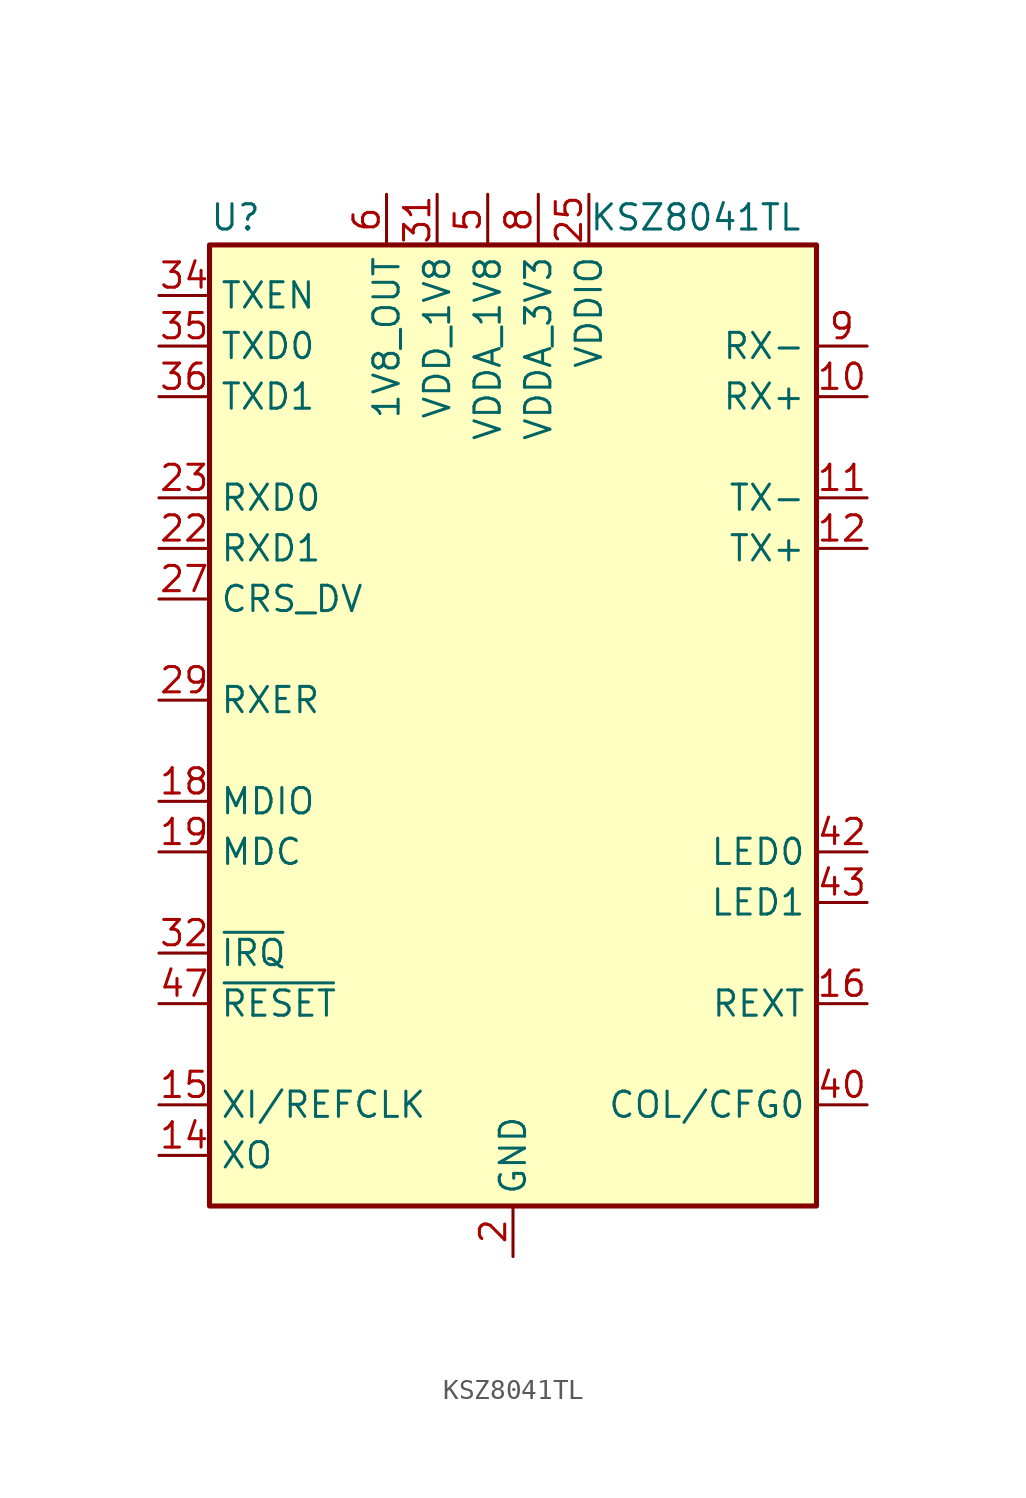
<source format=kicad_sym>
(kicad_symbol_lib
  (version 20220914)
  (generator kicad_symbol_editor)
  (symbol "KSZ8041TL"
    (property "Reference" "U"
      (at -15.24 26.035 0)
      (effects (font (size 1.27 1.27)) (justify left bottom)))
    (property "Value" "KSZ8041TL"
      (at 3.81 26.035 0)
      (effects (font (size 1.27 1.27)) (justify left bottom)))
    (symbol "KSZ8041TL_0_1"
      (rectangle (start -15.24 25.4) (end 15.24 -22.86) (stroke (width 0.254) (type default)) (fill (type background))))
    (symbol "KSZ8041TL_1_1"
      (pin passive line (at 0 -25.4 90) (length 2.54) hide (name "GND" (effects (font (size 1.27 1.27)))) (number "1" (effects (font (size 1.27 1.27)))))
      (pin bidirectional line (at 17.78 17.78 180) (length 2.54) (name "RX+" (effects (font (size 1.27 1.27)))) (number "10" (effects (font (size 1.27 1.27)))))
      (pin bidirectional line (at 17.78 12.7 180) (length 2.54) (name "TX-" (effects (font (size 1.27 1.27)))) (number "11" (effects (font (size 1.27 1.27)))))
      (pin bidirectional line (at 17.78 10.16 180) (length 2.54) (name "TX+" (effects (font (size 1.27 1.27)))) (number "12" (effects (font (size 1.27 1.27)))))
      (pin passive line (at 0 -25.4 90) (length 2.54) hide (name "GND" (effects (font (size 1.27 1.27)))) (number "13" (effects (font (size 1.27 1.27)))))
      (pin output line (at -17.78 -20.32 0) (length 2.54) (name "XO" (effects (font (size 1.27 1.27)))) (number "14" (effects (font (size 1.27 1.27)))))
      (pin input line (at -17.78 -17.78 0) (length 2.54) (name "XI/REFCLK" (effects (font (size 1.27 1.27)))) (number "15" (effects (font (size 1.27 1.27)))))
      (pin passive line (at 17.78 -12.7 180) (length 2.54) (name "REXT" (effects (font (size 1.27 1.27)))) (number "16" (effects (font (size 1.27 1.27)))))
      (pin passive line (at 0 -25.4 90) (length 2.54) hide (name "GND" (effects (font (size 1.27 1.27)))) (number "17" (effects (font (size 1.27 1.27)))))
      (pin bidirectional line (at -17.78 -2.54 0) (length 2.54) (name "MDIO" (effects (font (size 1.27 1.27)))) (number "18" (effects (font (size 1.27 1.27)))))
      (pin input line (at -17.78 -5.08 0) (length 2.54) (name "MDC" (effects (font (size 1.27 1.27)))) (number "19" (effects (font (size 1.27 1.27)))))
      (pin power_in line (at 0 -25.4 90) (length 2.54) (name "GND" (effects (font (size 1.27 1.27)))) (number "2" (effects (font (size 1.27 1.27)))))
      (pin no_connect line (at -17.78 0 0) (length 2.54) hide (name "RXD3" (effects (font (size 1.27 1.27)))) (number "20" (effects (font (size 1.27 1.27)))))
      (pin no_connect line (at -17.78 0 0) (length 2.54) hide (name "RXD2" (effects (font (size 1.27 1.27)))) (number "21" (effects (font (size 1.27 1.27)))))
      (pin output line (at -17.78 10.16 0) (length 2.54) (name "RXD1" (effects (font (size 1.27 1.27)))) (number "22" (effects (font (size 1.27 1.27)))))
      (pin output line (at -17.78 12.7 0) (length 2.54) (name "RXD0" (effects (font (size 1.27 1.27)))) (number "23" (effects (font (size 1.27 1.27)))))
      (pin passive line (at 0 -25.4 90) (length 2.54) hide (name "GND" (effects (font (size 1.27 1.27)))) (number "24" (effects (font (size 1.27 1.27)))))
      (pin power_in line (at 3.81 27.94 270) (length 2.54) (name "VDDIO" (effects (font (size 1.27 1.27)))) (number "25" (effects (font (size 1.27 1.27)))))
      (pin power_in line (at 3.81 27.94 270) (length 2.54) hide (name "VDDIO" (effects (font (size 1.27 1.27)))) (number "26" (effects (font (size 1.27 1.27)))))
      (pin output line (at -17.78 7.62 0) (length 2.54) (name "CRS_DV" (effects (font (size 1.27 1.27)))) (number "27" (effects (font (size 1.27 1.27)))))
      (pin output line (at -17.78 5.08 0) (length 2.54) hide (name "RXCLK" (effects (font (size 1.27 1.27)))) (number "28" (effects (font (size 1.27 1.27)))))
      (pin output line (at -17.78 2.54 0) (length 2.54) (name "RXER" (effects (font (size 1.27 1.27)))) (number "29" (effects (font (size 1.27 1.27)))))
      (pin passive line (at 0 -25.4 90) (length 2.54) hide (name "GND" (effects (font (size 1.27 1.27)))) (number "3" (effects (font (size 1.27 1.27)))))
      (pin passive line (at 0 -25.4 90) (length 2.54) hide (name "GND" (effects (font (size 1.27 1.27)))) (number "30" (effects (font (size 1.27 1.27)))))
      (pin power_in line (at -3.81 27.94 270) (length 2.54) (name "VDD_1V8" (effects (font (size 1.27 1.27)))) (number "31" (effects (font (size 1.27 1.27)))))
      (pin bidirectional line (at -17.78 -10.16 0) (length 2.54) (name "~{IRQ}" (effects (font (size 1.27 1.27)))) (number "32" (effects (font (size 1.27 1.27)))))
      (pin no_connect line (at -17.78 15.24 0) (length 2.54) hide (name "TXC" (effects (font (size 1.27 1.27)))) (number "33" (effects (font (size 1.27 1.27)))))
      (pin input line (at -17.78 22.86 0) (length 2.54) (name "TXEN" (effects (font (size 1.27 1.27)))) (number "34" (effects (font (size 1.27 1.27)))))
      (pin input line (at -17.78 20.32 0) (length 2.54) (name "TXD0" (effects (font (size 1.27 1.27)))) (number "35" (effects (font (size 1.27 1.27)))))
      (pin bidirectional line (at -17.78 17.78 0) (length 2.54) (name "TXD1" (effects (font (size 1.27 1.27)))) (number "36" (effects (font (size 1.27 1.27)))))
      (pin passive line (at 0 -25.4 90) (length 2.54) hide (name "GND" (effects (font (size 1.27 1.27)))) (number "37" (effects (font (size 1.27 1.27)))))
      (pin no_connect line (at -17.78 15.24 0) (length 2.54) hide (name "TXD2" (effects (font (size 1.27 1.27)))) (number "38" (effects (font (size 1.27 1.27)))))
      (pin no_connect line (at -17.78 15.24 0) (length 2.54) hide (name "TXD3" (effects (font (size 1.27 1.27)))) (number "39" (effects (font (size 1.27 1.27)))))
      (pin power_in line (at -1.27 27.94 270) (length 2.54) hide (name "VDDA_1V8" (effects (font (size 1.27 1.27)))) (number "4" (effects (font (size 1.27 1.27)))))
      (pin bidirectional line (at 17.78 -17.78 180) (length 2.54) (name "COL/CFG0" (effects (font (size 1.27 1.27)))) (number "40" (effects (font (size 1.27 1.27)))))
      (pin no_connect line (at 17.78 -20.32 180) (length 2.54) hide (name "CRS/CFG1" (effects (font (size 1.27 1.27)))) (number "41" (effects (font (size 1.27 1.27)))))
      (pin output line (at 17.78 -5.08 180) (length 2.54) (name "LED0" (effects (font (size 1.27 1.27)))) (number "42" (effects (font (size 1.27 1.27)))))
      (pin output line (at 17.78 -7.62 180) (length 2.54) (name "LED1" (effects (font (size 1.27 1.27)))) (number "43" (effects (font (size 1.27 1.27)))))
      (pin no_connect line (at 2.54 -25.4 90) (length 2.54) hide (name "NC" (effects (font (size 1.27 1.27)))) (number "44" (effects (font (size 1.27 1.27)))))
      (pin no_connect line (at 2.54 -25.4 90) (length 2.54) hide (name "NC" (effects (font (size 1.27 1.27)))) (number "45" (effects (font (size 1.27 1.27)))))
      (pin no_connect line (at 2.54 -25.4 90) (length 2.54) hide (name "NC" (effects (font (size 1.27 1.27)))) (number "46" (effects (font (size 1.27 1.27)))))
      (pin input line (at -17.78 -12.7 0) (length 2.54) (name "~{RESET}" (effects (font (size 1.27 1.27)))) (number "47" (effects (font (size 1.27 1.27)))))
      (pin no_connect line (at 2.54 -25.4 90) (length 2.54) hide (name "NC" (effects (font (size 1.27 1.27)))) (number "48" (effects (font (size 1.27 1.27)))))
      (pin power_in line (at -1.27 27.94 270) (length 2.54) (name "VDDA_1V8" (effects (font (size 1.27 1.27)))) (number "5" (effects (font (size 1.27 1.27)))))
      (pin power_out line (at -6.35 27.94 270) (length 2.54) (name "1V8_OUT" (effects (font (size 1.27 1.27)))) (number "6" (effects (font (size 1.27 1.27)))))
      (pin power_in line (at 1.27 27.94 270) (length 2.54) hide (name "VDDA_3V3" (effects (font (size 1.27 1.27)))) (number "7" (effects (font (size 1.27 1.27)))))
      (pin power_in line (at 1.27 27.94 270) (length 2.54) (name "VDDA_3V3" (effects (font (size 1.27 1.27)))) (number "8" (effects (font (size 1.27 1.27)))))
      (pin bidirectional line (at 17.78 20.32 180) (length 2.54) (name "RX-" (effects (font (size 1.27 1.27)))) (number "9" (effects (font (size 1.27 1.27))))))))
</source>
